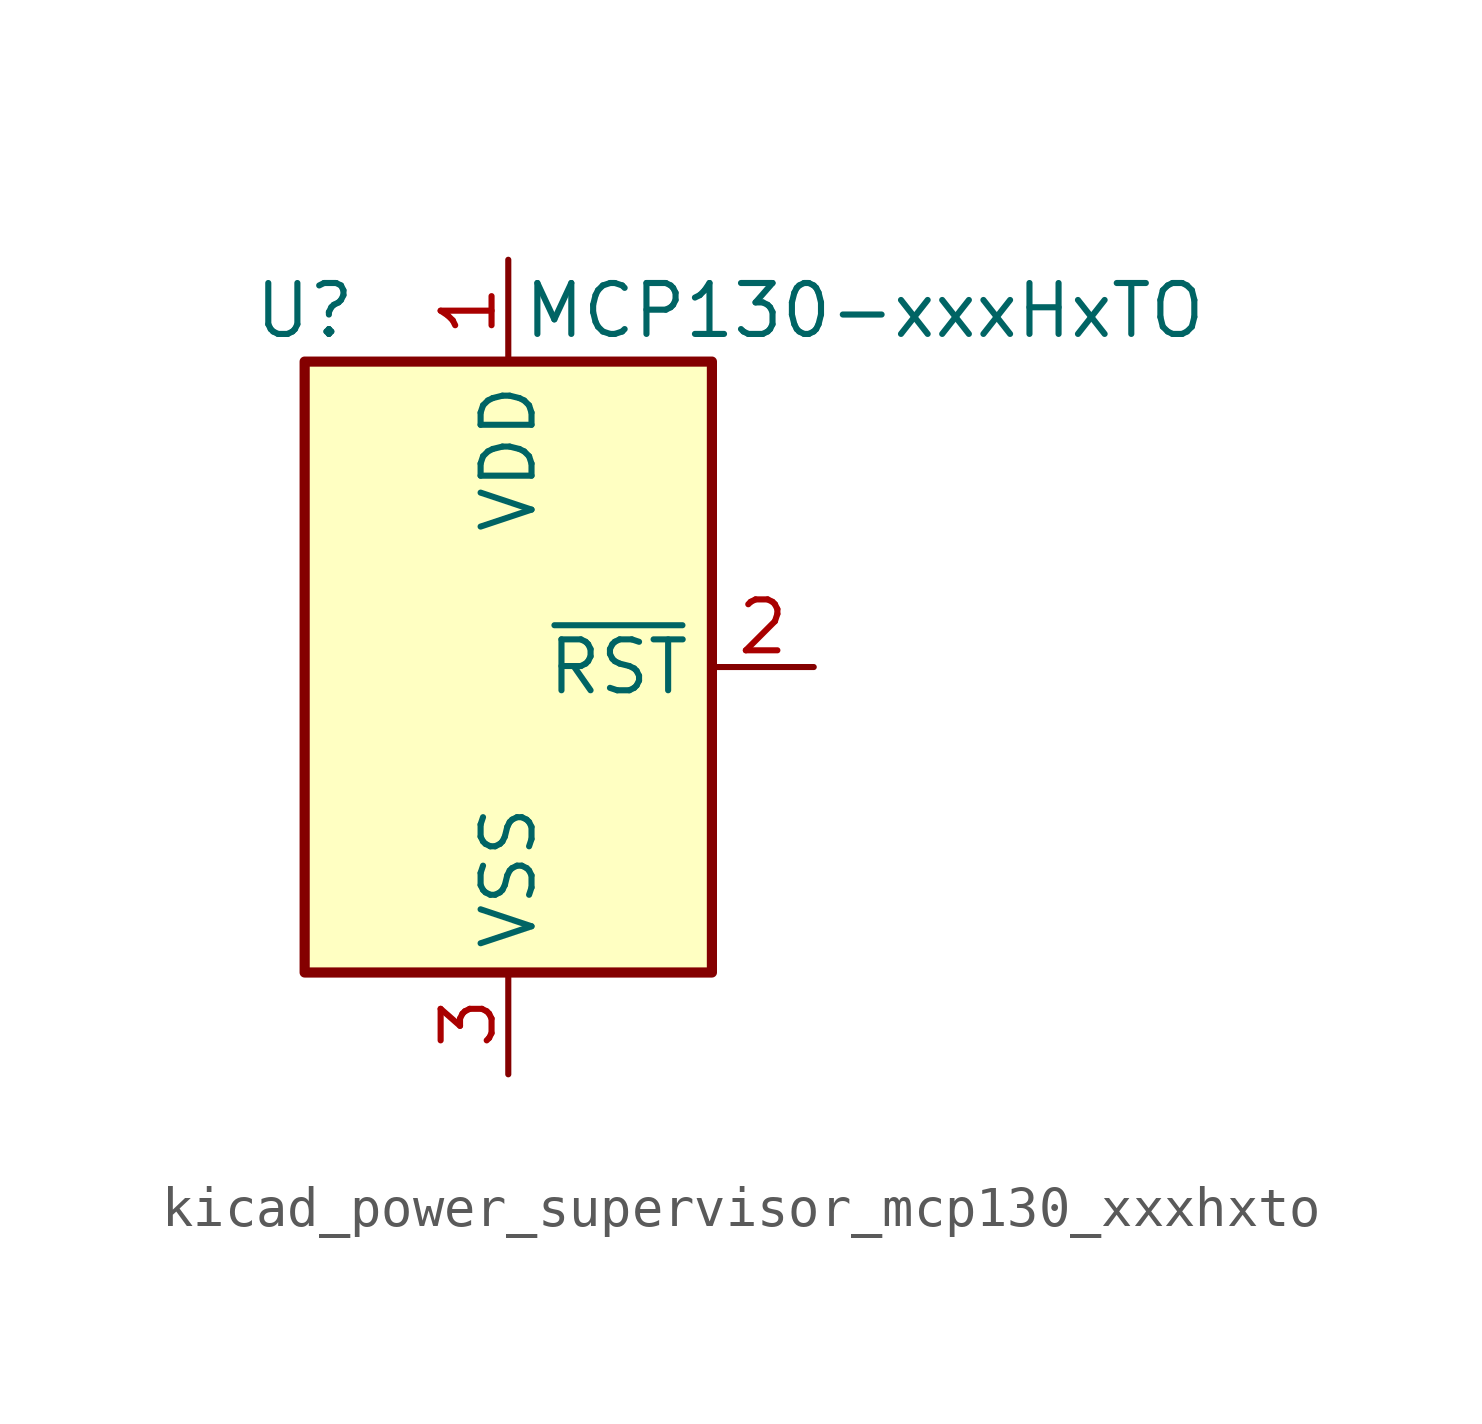
<source format=kicad_sym>
(kicad_symbol_lib
  (version 20220914)
  (generator kicad_symbol_editor)
  (symbol "kicad_power_supervisor_mcp130_xxxhxto"
    (property "Reference" "U"
      (at -5.08 8.89 0)
      (effects (font (size 1.27 1.27))))
    (property "Value" "MCP130-xxxHxTO"
      (at 8.89 8.89 0)
      (effects (font (size 1.27 1.27))))
    (symbol "kicad_power_supervisor_mcp130_xxxhxto_0_1"
      (rectangle (start 5.08 7.62) (end -5.08 -7.62) (stroke (width 0.254) (type default)) (fill (type background))))
    (symbol "kicad_power_supervisor_mcp130_xxxhxto_1_1"
      (pin power_in line (at 0 10.16 270) (length 2.54) (name "VDD" (effects (font (size 1.27 1.27)))) (number "1" (effects (font (size 1.27 1.27)))))
      (pin open_collector line (at 7.62 0 180) (length 2.54) (name "~{RST}" (effects (font (size 1.27 1.27)))) (number "2" (effects (font (size 1.27 1.27)))))
      (pin power_in line (at 0 -10.16 90) (length 2.54) (name "VSS" (effects (font (size 1.27 1.27)))) (number "3" (effects (font (size 1.27 1.27))))))))
</source>
